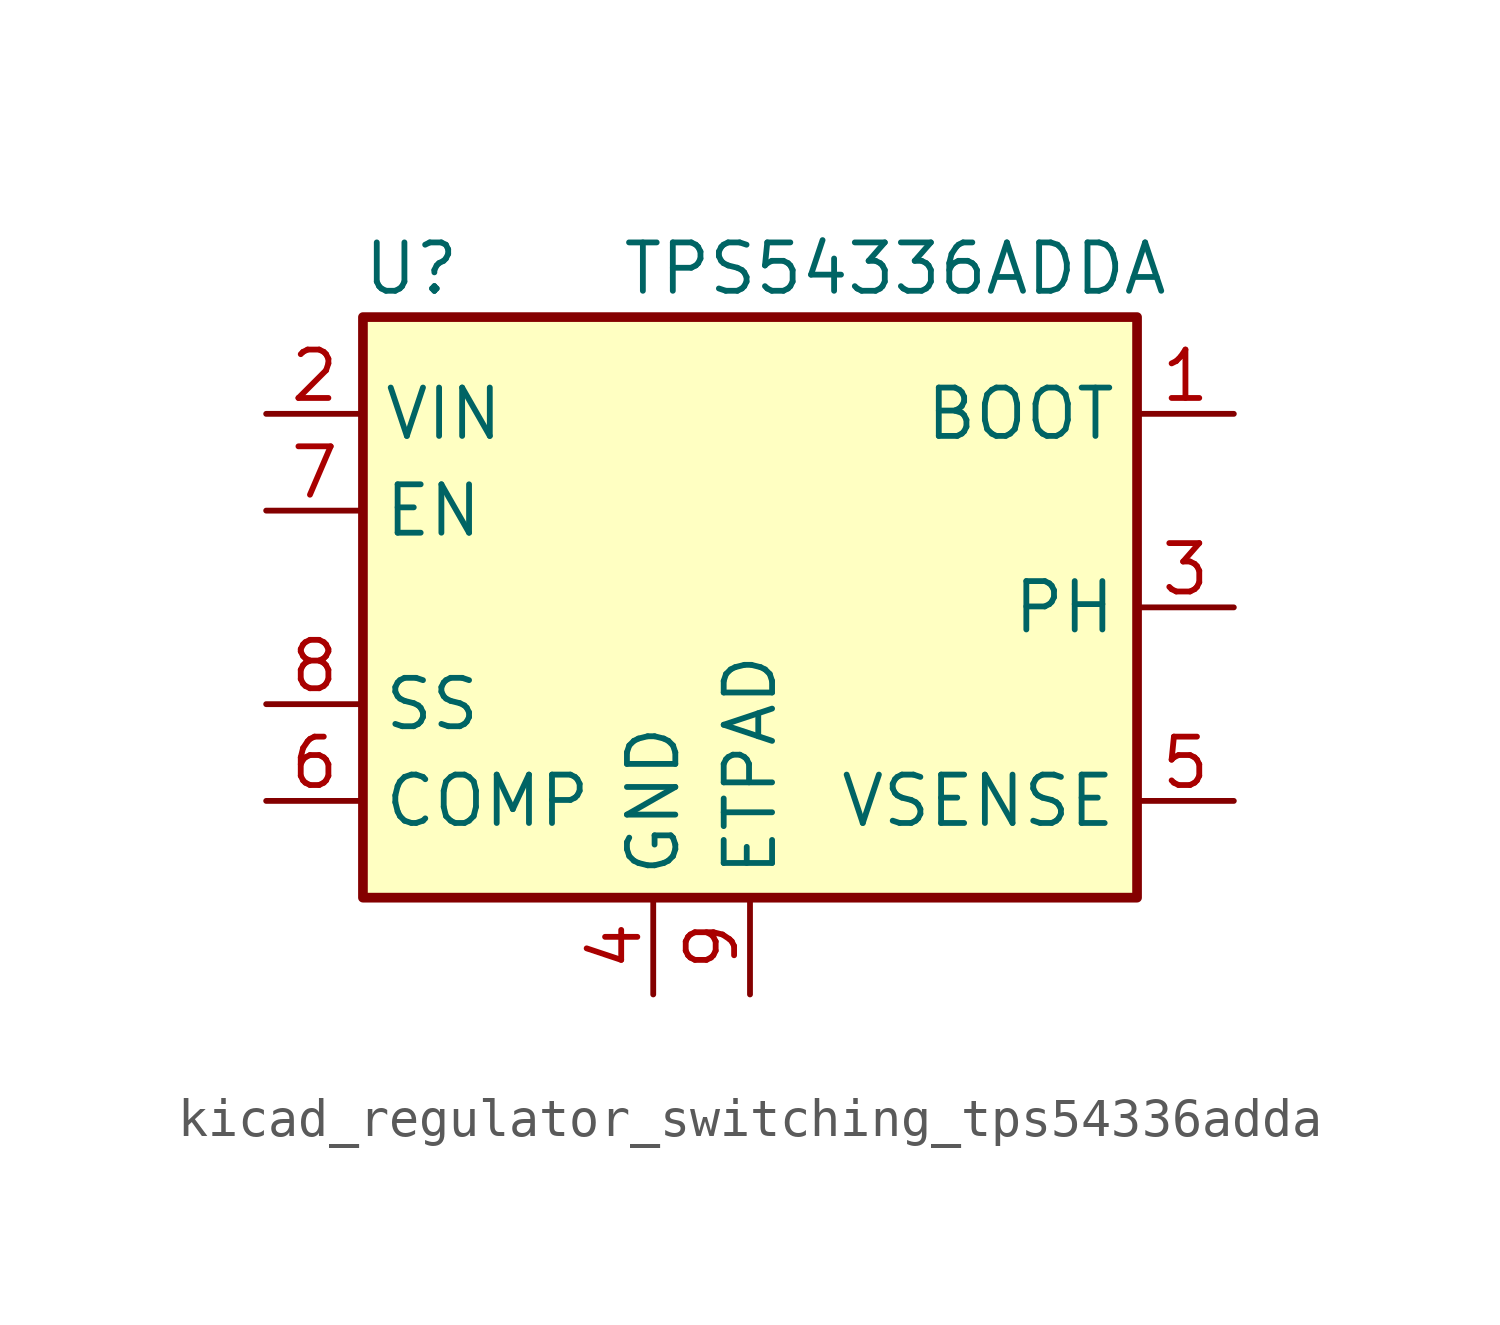
<source format=kicad_sym>
(kicad_symbol_lib
  (version 20220914)
  (generator kicad_symbol_editor)
  (symbol "kicad_regulator_switching_tps54336adda"
    (property "Reference" "U"
      (at -8.89 8.89 0)
      (effects (font (size 1.27 1.27))))
    (property "Value" "TPS54336ADDA"
      (at 3.81 8.89 0)
      (effects (font (size 1.27 1.27))))
    (symbol "kicad_regulator_switching_tps54336adda_1_1"
      (rectangle (start -10.16 7.62) (end 10.16 -7.62) (stroke (width 0.254) (type default)) (fill (type background)))
      (pin output line (at 12.7 5.08 180) (length 2.54) (name "BOOT" (effects (font (size 1.27 1.27)))) (number "1" (effects (font (size 1.27 1.27)))))
      (pin power_in line (at -12.7 5.08 0) (length 2.54) (name "VIN" (effects (font (size 1.27 1.27)))) (number "2" (effects (font (size 1.27 1.27)))))
      (pin output line (at 12.7 0 180) (length 2.54) (name "PH" (effects (font (size 1.27 1.27)))) (number "3" (effects (font (size 1.27 1.27)))))
      (pin power_in line (at -2.54 -10.16 90) (length 2.54) (name "GND" (effects (font (size 1.27 1.27)))) (number "4" (effects (font (size 1.27 1.27)))))
      (pin input line (at 12.7 -5.08 180) (length 2.54) (name "VSENSE" (effects (font (size 1.27 1.27)))) (number "5" (effects (font (size 1.27 1.27)))))
      (pin output line (at -12.7 -5.08 0) (length 2.54) (name "COMP" (effects (font (size 1.27 1.27)))) (number "6" (effects (font (size 1.27 1.27)))))
      (pin input line (at -12.7 2.54 0) (length 2.54) (name "EN" (effects (font (size 1.27 1.27)))) (number "7" (effects (font (size 1.27 1.27)))))
      (pin output line (at -12.7 -2.54 0) (length 2.54) (name "SS" (effects (font (size 1.27 1.27)))) (number "8" (effects (font (size 1.27 1.27)))))
      (pin power_in line (at 0 -10.16 90) (length 2.54) (name "ETPAD" (effects (font (size 1.27 1.27)))) (number "9" (effects (font (size 1.27 1.27))))))))
</source>
